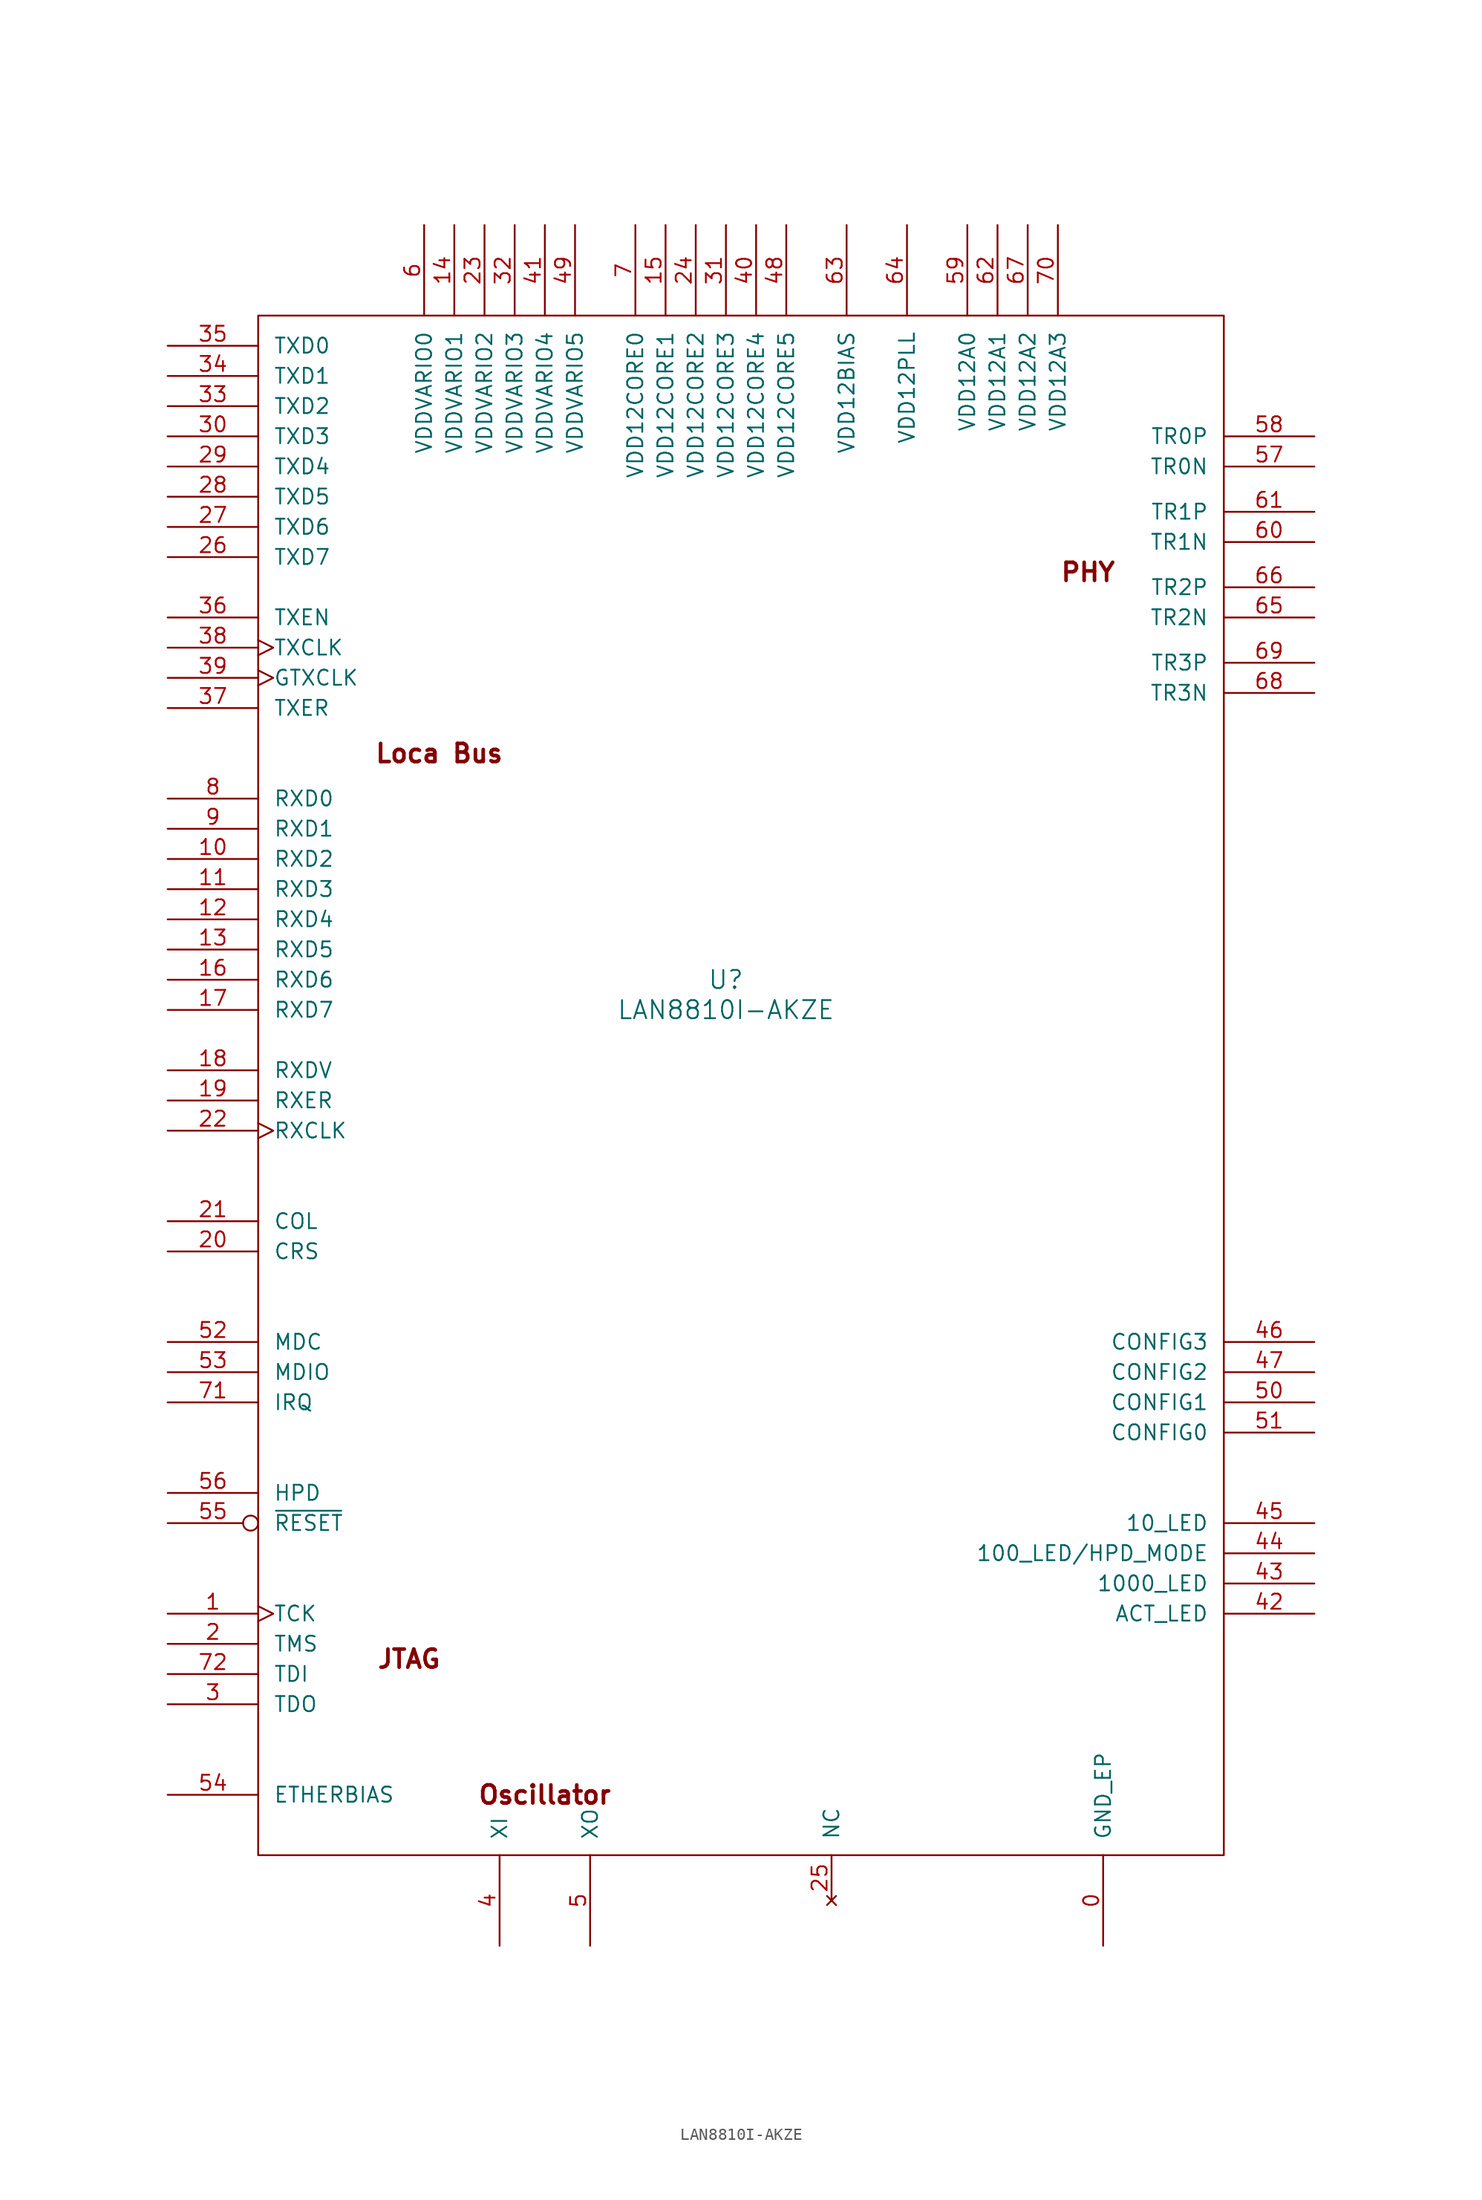
<source format=kicad_sym>
(kicad_symbol_lib
  (version 20211014)
  (generator kicad_symbol_editor)
  (symbol "LAN8810I-AKZE"
    (pin_names
      (offset 1.27))
    (property "Reference" "U"
      (at 46.99 -53.34 0)
      (effects (font (size 1.524 1.524))))
    (property "Value" "LAN8810I-AKZE"
      (at 46.99 -55.88 0)
      (effects (font (size 1.524 1.524))))
    (property "Datasheet" ""
      (at 0 0 0)
      (effects (font (size 1.524 1.524))))
    (symbol "LAN8810I-AKZE_0_0"
      (text "JTAG" (at 20.32 -110.49 0) (effects (font (size 1.524 1.524) bold)))
      (text "Loca Bus" (at 22.86 -34.29 0) (effects (font (size 1.524 1.524) bold)))
      (text "Oscillator" (at 31.75 -121.92 0) (effects (font (size 1.524 1.524) bold)))
      (text "PHY" (at 77.47 -19.05 0) (effects (font (size 1.524 1.524) bold))))
    (symbol "LAN8810I-AKZE_0_1"
      (rectangle (start 7.62 2.54) (end 88.9 -127) (stroke (width 0) (type default) (color 0 0 0 0)) (fill (type none))))
    (symbol "LAN8810I-AKZE_1_1"
      (pin power_in line (at 78.74 -134.62 90) (length 7.62) (name "GND_EP" (effects (font (size 1.27 1.27)))) (number "0" (effects (font (size 1.27 1.27)))))
      (pin input clock (at 0 -106.68 0) (length 7.62) (name "TCK" (effects (font (size 1.27 1.27)))) (number "1" (effects (font (size 1.27 1.27)))))
      (pin output line (at 0 -43.18 0) (length 7.62) (name "RXD2" (effects (font (size 1.27 1.27)))) (number "10" (effects (font (size 1.27 1.27)))))
      (pin output line (at 0 -45.72 0) (length 7.62) (name "RXD3" (effects (font (size 1.27 1.27)))) (number "11" (effects (font (size 1.27 1.27)))))
      (pin output line (at 0 -48.26 0) (length 7.62) (name "RXD4" (effects (font (size 1.27 1.27)))) (number "12" (effects (font (size 1.27 1.27)))))
      (pin output line (at 0 -50.8 0) (length 7.62) (name "RXD5" (effects (font (size 1.27 1.27)))) (number "13" (effects (font (size 1.27 1.27)))))
      (pin power_in line (at 24.13 10.16 270) (length 7.62) (name "VDDVARIO1" (effects (font (size 1.27 1.27)))) (number "14" (effects (font (size 1.27 1.27)))))
      (pin power_in line (at 41.91 10.16 270) (length 7.62) (name "VDD12CORE1" (effects (font (size 1.27 1.27)))) (number "15" (effects (font (size 1.27 1.27)))))
      (pin output line (at 0 -53.34 0) (length 7.62) (name "RXD6" (effects (font (size 1.27 1.27)))) (number "16" (effects (font (size 1.27 1.27)))))
      (pin output line (at 0 -55.88 0) (length 7.62) (name "RXD7" (effects (font (size 1.27 1.27)))) (number "17" (effects (font (size 1.27 1.27)))))
      (pin output line (at 0 -60.96 0) (length 7.62) (name "RXDV" (effects (font (size 1.27 1.27)))) (number "18" (effects (font (size 1.27 1.27)))))
      (pin output line (at 0 -63.5 0) (length 7.62) (name "RXER" (effects (font (size 1.27 1.27)))) (number "19" (effects (font (size 1.27 1.27)))))
      (pin input line (at 0 -109.22 0) (length 7.62) (name "TMS" (effects (font (size 1.27 1.27)))) (number "2" (effects (font (size 1.27 1.27)))))
      (pin output line (at 0 -76.2 0) (length 7.62) (name "CRS" (effects (font (size 1.27 1.27)))) (number "20" (effects (font (size 1.27 1.27)))))
      (pin output line (at 0 -73.66 0) (length 7.62) (name "COL" (effects (font (size 1.27 1.27)))) (number "21" (effects (font (size 1.27 1.27)))))
      (pin output clock (at 0 -66.04 0) (length 7.62) (name "RXCLK" (effects (font (size 1.27 1.27)))) (number "22" (effects (font (size 1.27 1.27)))))
      (pin power_in line (at 26.67 10.16 270) (length 7.62) (name "VDDVARIO2" (effects (font (size 1.27 1.27)))) (number "23" (effects (font (size 1.27 1.27)))))
      (pin power_in line (at 44.45 10.16 270) (length 7.62) (name "VDD12CORE2" (effects (font (size 1.27 1.27)))) (number "24" (effects (font (size 1.27 1.27)))))
      (pin no_connect line (at 55.88 -130.81 90) (length 3.81) (name "NC" (effects (font (size 1.27 1.27)))) (number "25" (effects (font (size 1.27 1.27)))))
      (pin input line (at 0 -17.78 0) (length 7.62) (name "TXD7" (effects (font (size 1.27 1.27)))) (number "26" (effects (font (size 1.27 1.27)))))
      (pin input line (at 0 -15.24 0) (length 7.62) (name "TXD6" (effects (font (size 1.27 1.27)))) (number "27" (effects (font (size 1.27 1.27)))))
      (pin input line (at 0 -12.7 0) (length 7.62) (name "TXD5" (effects (font (size 1.27 1.27)))) (number "28" (effects (font (size 1.27 1.27)))))
      (pin input line (at 0 -10.16 0) (length 7.62) (name "TXD4" (effects (font (size 1.27 1.27)))) (number "29" (effects (font (size 1.27 1.27)))))
      (pin output line (at 0 -114.3 0) (length 7.62) (name "TDO" (effects (font (size 1.27 1.27)))) (number "3" (effects (font (size 1.27 1.27)))))
      (pin input line (at 0 -7.62 0) (length 7.62) (name "TXD3" (effects (font (size 1.27 1.27)))) (number "30" (effects (font (size 1.27 1.27)))))
      (pin power_in line (at 46.99 10.16 270) (length 7.62) (name "VDD12CORE3" (effects (font (size 1.27 1.27)))) (number "31" (effects (font (size 1.27 1.27)))))
      (pin power_in line (at 29.21 10.16 270) (length 7.62) (name "VDDVARIO3" (effects (font (size 1.27 1.27)))) (number "32" (effects (font (size 1.27 1.27)))))
      (pin input line (at 0 -5.08 0) (length 7.62) (name "TXD2" (effects (font (size 1.27 1.27)))) (number "33" (effects (font (size 1.27 1.27)))))
      (pin input line (at 0 -2.54 0) (length 7.62) (name "TXD1" (effects (font (size 1.27 1.27)))) (number "34" (effects (font (size 1.27 1.27)))))
      (pin input line (at 0 0 0) (length 7.62) (name "TXD0" (effects (font (size 1.27 1.27)))) (number "35" (effects (font (size 1.27 1.27)))))
      (pin input line (at 0 -22.86 0) (length 7.62) (name "TXEN" (effects (font (size 1.27 1.27)))) (number "36" (effects (font (size 1.27 1.27)))))
      (pin input line (at 0 -30.48 0) (length 7.62) (name "TXER" (effects (font (size 1.27 1.27)))) (number "37" (effects (font (size 1.27 1.27)))))
      (pin output clock (at 0 -25.4 0) (length 7.62) (name "TXCLK" (effects (font (size 1.27 1.27)))) (number "38" (effects (font (size 1.27 1.27)))))
      (pin input clock (at 0 -27.94 0) (length 7.62) (name "GTXCLK" (effects (font (size 1.27 1.27)))) (number "39" (effects (font (size 1.27 1.27)))))
      (pin input line (at 27.94 -134.62 90) (length 7.62) (name "XI" (effects (font (size 1.27 1.27)))) (number "4" (effects (font (size 1.27 1.27)))))
      (pin power_in line (at 49.53 10.16 270) (length 7.62) (name "VDD12CORE4" (effects (font (size 1.27 1.27)))) (number "40" (effects (font (size 1.27 1.27)))))
      (pin power_in line (at 31.75 10.16 270) (length 7.62) (name "VDDVARIO4" (effects (font (size 1.27 1.27)))) (number "41" (effects (font (size 1.27 1.27)))))
      (pin passive line (at 96.52 -106.68 180) (length 7.62) (name "ACT_LED" (effects (font (size 1.27 1.27)))) (number "42" (effects (font (size 1.27 1.27)))))
      (pin passive line (at 96.52 -104.14 180) (length 7.62) (name "1000_LED" (effects (font (size 1.27 1.27)))) (number "43" (effects (font (size 1.27 1.27)))))
      (pin passive line (at 96.52 -101.6 180) (length 7.62) (name "100_LED/HPD_MODE" (effects (font (size 1.27 1.27)))) (number "44" (effects (font (size 1.27 1.27)))))
      (pin passive line (at 96.52 -99.06 180) (length 7.62) (name "10_LED" (effects (font (size 1.27 1.27)))) (number "45" (effects (font (size 1.27 1.27)))))
      (pin input line (at 96.52 -83.82 180) (length 7.62) (name "CONFIG3" (effects (font (size 1.27 1.27)))) (number "46" (effects (font (size 1.27 1.27)))))
      (pin input line (at 96.52 -86.36 180) (length 7.62) (name "CONFIG2" (effects (font (size 1.27 1.27)))) (number "47" (effects (font (size 1.27 1.27)))))
      (pin power_in line (at 52.07 10.16 270) (length 7.62) (name "VDD12CORE5" (effects (font (size 1.27 1.27)))) (number "48" (effects (font (size 1.27 1.27)))))
      (pin power_in line (at 34.29 10.16 270) (length 7.62) (name "VDDVARIO5" (effects (font (size 1.27 1.27)))) (number "49" (effects (font (size 1.27 1.27)))))
      (pin output line (at 35.56 -134.62 90) (length 7.62) (name "XO" (effects (font (size 1.27 1.27)))) (number "5" (effects (font (size 1.27 1.27)))))
      (pin input line (at 96.52 -88.9 180) (length 7.62) (name "CONFIG1" (effects (font (size 1.27 1.27)))) (number "50" (effects (font (size 1.27 1.27)))))
      (pin input line (at 96.52 -91.44 180) (length 7.62) (name "CONFIG0" (effects (font (size 1.27 1.27)))) (number "51" (effects (font (size 1.27 1.27)))))
      (pin input line (at 0 -83.82 0) (length 7.62) (name "MDC" (effects (font (size 1.27 1.27)))) (number "52" (effects (font (size 1.27 1.27)))))
      (pin bidirectional line (at 0 -86.36 0) (length 7.62) (name "MDIO" (effects (font (size 1.27 1.27)))) (number "53" (effects (font (size 1.27 1.27)))))
      (pin input line (at 0 -121.92 0) (length 7.62) (name "ETHERBIAS" (effects (font (size 1.27 1.27)))) (number "54" (effects (font (size 1.27 1.27)))))
      (pin input inverted (at 0 -99.06 0) (length 7.62) (name "~{RESET}" (effects (font (size 1.27 1.27)))) (number "55" (effects (font (size 1.27 1.27)))))
      (pin input line (at 0 -96.52 0) (length 7.62) (name "HPD" (effects (font (size 1.27 1.27)))) (number "56" (effects (font (size 1.27 1.27)))))
      (pin bidirectional line (at 96.52 -10.16 180) (length 7.62) (name "TR0N" (effects (font (size 1.27 1.27)))) (number "57" (effects (font (size 1.27 1.27)))))
      (pin bidirectional line (at 96.52 -7.62 180) (length 7.62) (name "TR0P" (effects (font (size 1.27 1.27)))) (number "58" (effects (font (size 1.27 1.27)))))
      (pin power_in line (at 67.31 10.16 270) (length 7.62) (name "VDD12A0" (effects (font (size 1.27 1.27)))) (number "59" (effects (font (size 1.27 1.27)))))
      (pin power_in line (at 21.59 10.16 270) (length 7.62) (name "VDDVARIO0" (effects (font (size 1.27 1.27)))) (number "6" (effects (font (size 1.27 1.27)))))
      (pin bidirectional line (at 96.52 -16.51 180) (length 7.62) (name "TR1N" (effects (font (size 1.27 1.27)))) (number "60" (effects (font (size 1.27 1.27)))))
      (pin bidirectional line (at 96.52 -13.97 180) (length 7.62) (name "TR1P" (effects (font (size 1.27 1.27)))) (number "61" (effects (font (size 1.27 1.27)))))
      (pin power_in line (at 69.85 10.16 270) (length 7.62) (name "VDD12A1" (effects (font (size 1.27 1.27)))) (number "62" (effects (font (size 1.27 1.27)))))
      (pin power_in line (at 57.15 10.16 270) (length 7.62) (name "VDD12BIAS" (effects (font (size 1.27 1.27)))) (number "63" (effects (font (size 1.27 1.27)))))
      (pin power_in line (at 62.23 10.16 270) (length 7.62) (name "VDD12PLL" (effects (font (size 1.27 1.27)))) (number "64" (effects (font (size 1.27 1.27)))))
      (pin bidirectional line (at 96.52 -22.86 180) (length 7.62) (name "TR2N" (effects (font (size 1.27 1.27)))) (number "65" (effects (font (size 1.27 1.27)))))
      (pin bidirectional line (at 96.52 -20.32 180) (length 7.62) (name "TR2P" (effects (font (size 1.27 1.27)))) (number "66" (effects (font (size 1.27 1.27)))))
      (pin power_in line (at 72.39 10.16 270) (length 7.62) (name "VDD12A2" (effects (font (size 1.27 1.27)))) (number "67" (effects (font (size 1.27 1.27)))))
      (pin bidirectional line (at 96.52 -29.21 180) (length 7.62) (name "TR3N" (effects (font (size 1.27 1.27)))) (number "68" (effects (font (size 1.27 1.27)))))
      (pin bidirectional line (at 96.52 -26.67 180) (length 7.62) (name "TR3P" (effects (font (size 1.27 1.27)))) (number "69" (effects (font (size 1.27 1.27)))))
      (pin power_in line (at 39.37 10.16 270) (length 7.62) (name "VDD12CORE0" (effects (font (size 1.27 1.27)))) (number "7" (effects (font (size 1.27 1.27)))))
      (pin power_in line (at 74.93 10.16 270) (length 7.62) (name "VDD12A3" (effects (font (size 1.27 1.27)))) (number "70" (effects (font (size 1.27 1.27)))))
      (pin output line (at 0 -88.9 0) (length 7.62) (name "IRQ" (effects (font (size 1.27 1.27)))) (number "71" (effects (font (size 1.27 1.27)))))
      (pin input line (at 0 -111.76 0) (length 7.62) (name "TDI" (effects (font (size 1.27 1.27)))) (number "72" (effects (font (size 1.27 1.27)))))
      (pin output line (at 0 -38.1 0) (length 7.62) (name "RXD0" (effects (font (size 1.27 1.27)))) (number "8" (effects (font (size 1.27 1.27)))))
      (pin output line (at 0 -40.64 0) (length 7.62) (name "RXD1" (effects (font (size 1.27 1.27)))) (number "9" (effects (font (size 1.27 1.27))))))))
</source>
